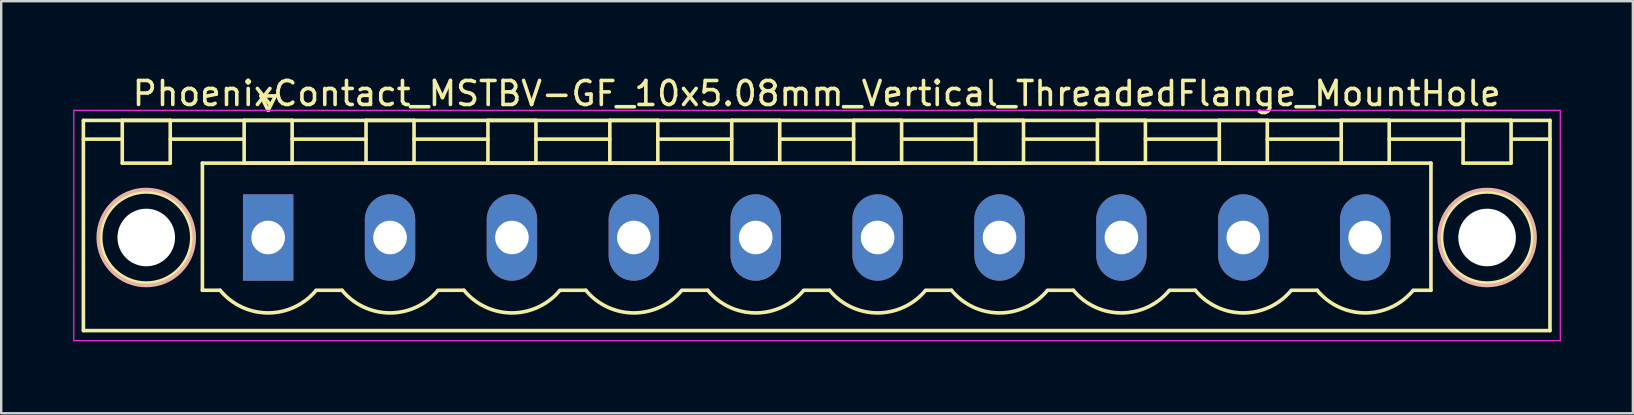
<source format=kicad_pcb>
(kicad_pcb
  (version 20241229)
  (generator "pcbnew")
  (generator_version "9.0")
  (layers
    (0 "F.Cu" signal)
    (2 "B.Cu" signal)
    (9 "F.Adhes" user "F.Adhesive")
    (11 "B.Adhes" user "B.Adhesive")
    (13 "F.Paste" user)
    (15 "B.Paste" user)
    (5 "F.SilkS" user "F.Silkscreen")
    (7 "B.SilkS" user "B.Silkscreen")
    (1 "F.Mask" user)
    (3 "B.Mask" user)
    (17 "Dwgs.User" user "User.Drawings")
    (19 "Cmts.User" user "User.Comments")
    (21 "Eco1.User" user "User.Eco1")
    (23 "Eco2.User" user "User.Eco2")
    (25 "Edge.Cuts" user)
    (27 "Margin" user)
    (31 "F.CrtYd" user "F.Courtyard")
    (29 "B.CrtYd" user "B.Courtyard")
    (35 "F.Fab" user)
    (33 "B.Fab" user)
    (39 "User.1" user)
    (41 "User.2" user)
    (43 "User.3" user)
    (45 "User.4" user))
  (footprint "PhoenixContact_MSTBV-GF_10x5.08mm_Vertical_ThreadedFlange_MountHole"
    (layer "F.Cu")
    (at 8.125 6.848)
    (property "Reference" "PhoenixContact_MSTBV-GF_10x5.08mm_Vertical_ThreadedFlange_MountHole" (at 22.86 -6 0) (layer "F.SilkS") (effects (font (size 1 1) (thickness 0.15))))
    (attr through_hole)
    (fp_line (start -7.7 -4.88) (end -7.7 3.88) (stroke (width 0.15) (type solid)) (layer "F.SilkS"))
    (fp_line (start -7.7 -4.1) (end -6.16 -4.1) (stroke (width 0.15) (type solid)) (layer "F.SilkS"))
    (fp_line (start -7.7 3.88) (end 53.42 3.88) (stroke (width 0.15) (type solid)) (layer "F.SilkS"))
    (fp_line (start -6.08 -4.88) (end -4.08 -4.88) (stroke (width 0.15) (type solid)) (layer "F.SilkS"))
    (fp_line (start -6.08 -3.1) (end -6.08 -4.88) (stroke (width 0.15) (type solid)) (layer "F.SilkS"))
    (fp_line (start -4.08 -4.88) (end -4.08 -3.1) (stroke (width 0.15) (type solid)) (layer "F.SilkS"))
    (fp_line (start -4.08 -4.1) (end -1 -4.1) (stroke (width 0.15) (type solid)) (layer "F.SilkS"))
    (fp_line (start -4.08 -3.1) (end -6.08 -3.1) (stroke (width 0.15) (type solid)) (layer "F.SilkS"))
    (fp_line (start -2.74 -3.1) (end 48.46 -3.1) (stroke (width 0.15) (type solid)) (layer "F.SilkS"))
    (fp_line (start -2.74 2.2) (end -2.74 -3.1) (stroke (width 0.15) (type solid)) (layer "F.SilkS"))
    (fp_line (start -2 2.2) (end -2.74 2.2) (stroke (width 0.15) (type solid)) (layer "F.SilkS"))
    (fp_line (start -1 -4.88) (end 1 -4.88) (stroke (width 0.15) (type solid)) (layer "F.SilkS"))
    (fp_line (start -1 -3.1) (end -1 -4.88) (stroke (width 0.15) (type solid)) (layer "F.SilkS"))
    (fp_line (start -0.3 -5.9) (end 0 -5.3) (stroke (width 0.15) (type solid)) (layer "F.SilkS"))
    (fp_line (start 0 -5.3) (end 0.3 -5.9) (stroke (width 0.15) (type solid)) (layer "F.SilkS"))
    (fp_line (start 0.3 -5.9) (end -0.3 -5.9) (stroke (width 0.15) (type solid)) (layer "F.SilkS"))
    (fp_line (start 1 -4.88) (end 1 -3.1) (stroke (width 0.15) (type solid)) (layer "F.SilkS"))
    (fp_line (start 1 -4.1) (end 4.08 -4.1) (stroke (width 0.15) (type solid)) (layer "F.SilkS"))
    (fp_line (start 1 -3.1) (end -1 -3.1) (stroke (width 0.15) (type solid)) (layer "F.SilkS"))
    (fp_line (start 2 2.2) (end 3.08 2.2) (stroke (width 0.15) (type solid)) (layer "F.SilkS"))
    (fp_line (start 4.08 -4.88) (end 6.08 -4.88) (stroke (width 0.15) (type solid)) (layer "F.SilkS"))
    (fp_line (start 4.08 -3.1) (end 4.08 -4.88) (stroke (width 0.15) (type solid)) (layer "F.SilkS"))
    (fp_line (start 6.08 -4.88) (end 6.08 -3.1) (stroke (width 0.15) (type solid)) (layer "F.SilkS"))
    (fp_line (start 6.08 -4.1) (end 9.16 -4.1) (stroke (width 0.15) (type solid)) (layer "F.SilkS"))
    (fp_line (start 6.08 -3.1) (end 4.08 -3.1) (stroke (width 0.15) (type solid)) (layer "F.SilkS"))
    (fp_line (start 7.08 2.2) (end 8.16 2.2) (stroke (width 0.15) (type solid)) (layer "F.SilkS"))
    (fp_line (start 9.16 -4.88) (end 11.16 -4.88) (stroke (width 0.15) (type solid)) (layer "F.SilkS"))
    (fp_line (start 9.16 -3.1) (end 9.16 -4.88) (stroke (width 0.15) (type solid)) (layer "F.SilkS"))
    (fp_line (start 11.16 -4.88) (end 11.16 -3.1) (stroke (width 0.15) (type solid)) (layer "F.SilkS"))
    (fp_line (start 11.16 -4.1) (end 14.24 -4.1) (stroke (width 0.15) (type solid)) (layer "F.SilkS"))
    (fp_line (start 11.16 -3.1) (end 9.16 -3.1) (stroke (width 0.15) (type solid)) (layer "F.SilkS"))
    (fp_line (start 12.16 2.2) (end 13.24 2.2) (stroke (width 0.15) (type solid)) (layer "F.SilkS"))
    (fp_line (start 14.24 -4.88) (end 16.24 -4.88) (stroke (width 0.15) (type solid)) (layer "F.SilkS"))
    (fp_line (start 14.24 -3.1) (end 14.24 -4.88) (stroke (width 0.15) (type solid)) (layer "F.SilkS"))
    (fp_line (start 16.24 -4.88) (end 16.24 -3.1) (stroke (width 0.15) (type solid)) (layer "F.SilkS"))
    (fp_line (start 16.24 -4.1) (end 19.32 -4.1) (stroke (width 0.15) (type solid)) (layer "F.SilkS"))
    (fp_line (start 16.24 -3.1) (end 14.24 -3.1) (stroke (width 0.15) (type solid)) (layer "F.SilkS"))
    (fp_line (start 17.24 2.2) (end 18.32 2.2) (stroke (width 0.15) (type solid)) (layer "F.SilkS"))
    (fp_line (start 19.32 -4.88) (end 21.32 -4.88) (stroke (width 0.15) (type solid)) (layer "F.SilkS"))
    (fp_line (start 19.32 -3.1) (end 19.32 -4.88) (stroke (width 0.15) (type solid)) (layer "F.SilkS"))
    (fp_line (start 21.32 -4.88) (end 21.32 -3.1) (stroke (width 0.15) (type solid)) (layer "F.SilkS"))
    (fp_line (start 21.32 -4.1) (end 24.4 -4.1) (stroke (width 0.15) (type solid)) (layer "F.SilkS"))
    (fp_line (start 21.32 -3.1) (end 19.32 -3.1) (stroke (width 0.15) (type solid)) (layer "F.SilkS"))
    (fp_line (start 22.32 2.2) (end 23.4 2.2) (stroke (width 0.15) (type solid)) (layer "F.SilkS"))
    (fp_line (start 24.4 -4.88) (end 26.4 -4.88) (stroke (width 0.15) (type solid)) (layer "F.SilkS"))
    (fp_line (start 24.4 -3.1) (end 24.4 -4.88) (stroke (width 0.15) (type solid)) (layer "F.SilkS"))
    (fp_line (start 26.4 -4.88) (end 26.4 -3.1) (stroke (width 0.15) (type solid)) (layer "F.SilkS"))
    (fp_line (start 26.4 -4.1) (end 29.48 -4.1) (stroke (width 0.15) (type solid)) (layer "F.SilkS"))
    (fp_line (start 26.4 -3.1) (end 24.4 -3.1) (stroke (width 0.15) (type solid)) (layer "F.SilkS"))
    (fp_line (start 27.4 2.2) (end 28.48 2.2) (stroke (width 0.15) (type solid)) (layer "F.SilkS"))
    (fp_line (start 29.48 -4.88) (end 31.48 -4.88) (stroke (width 0.15) (type solid)) (layer "F.SilkS"))
    (fp_line (start 29.48 -3.1) (end 29.48 -4.88) (stroke (width 0.15) (type solid)) (layer "F.SilkS"))
    (fp_line (start 31.48 -4.88) (end 31.48 -3.1) (stroke (width 0.15) (type solid)) (layer "F.SilkS"))
    (fp_line (start 31.48 -4.1) (end 34.56 -4.1) (stroke (width 0.15) (type solid)) (layer "F.SilkS"))
    (fp_line (start 31.48 -3.1) (end 29.48 -3.1) (stroke (width 0.15) (type solid)) (layer "F.SilkS"))
    (fp_line (start 32.48 2.2) (end 33.56 2.2) (stroke (width 0.15) (type solid)) (layer "F.SilkS"))
    (fp_line (start 34.56 -4.88) (end 36.56 -4.88) (stroke (width 0.15) (type solid)) (layer "F.SilkS"))
    (fp_line (start 34.56 -3.1) (end 34.56 -4.88) (stroke (width 0.15) (type solid)) (layer "F.SilkS"))
    (fp_line (start 36.56 -4.88) (end 36.56 -3.1) (stroke (width 0.15) (type solid)) (layer "F.SilkS"))
    (fp_line (start 36.56 -4.1) (end 39.64 -4.1) (stroke (width 0.15) (type solid)) (layer "F.SilkS"))
    (fp_line (start 36.56 -3.1) (end 34.56 -3.1) (stroke (width 0.15) (type solid)) (layer "F.SilkS"))
    (fp_line (start 37.56 2.2) (end 38.64 2.2) (stroke (width 0.15) (type solid)) (layer "F.SilkS"))
    (fp_line (start 39.64 -4.88) (end 41.64 -4.88) (stroke (width 0.15) (type solid)) (layer "F.SilkS"))
    (fp_line (start 39.64 -3.1) (end 39.64 -4.88) (stroke (width 0.15) (type solid)) (layer "F.SilkS"))
    (fp_line (start 41.64 -4.88) (end 41.64 -3.1) (stroke (width 0.15) (type solid)) (layer "F.SilkS"))
    (fp_line (start 41.64 -4.1) (end 44.72 -4.1) (stroke (width 0.15) (type solid)) (layer "F.SilkS"))
    (fp_line (start 41.64 -3.1) (end 39.64 -3.1) (stroke (width 0.15) (type solid)) (layer "F.SilkS"))
    (fp_line (start 42.64 2.2) (end 43.72 2.2) (stroke (width 0.15) (type solid)) (layer "F.SilkS"))
    (fp_line (start 44.72 -4.88) (end 46.72 -4.88) (stroke (width 0.15) (type solid)) (layer "F.SilkS"))
    (fp_line (start 44.72 -3.1) (end 44.72 -4.88) (stroke (width 0.15) (type solid)) (layer "F.SilkS"))
    (fp_line (start 46.72 -4.88) (end 46.72 -3.1) (stroke (width 0.15) (type solid)) (layer "F.SilkS"))
    (fp_line (start 46.72 -4.1) (end 49.8 -4.1) (stroke (width 0.15) (type solid)) (layer "F.SilkS"))
    (fp_line (start 46.72 -3.1) (end 44.72 -3.1) (stroke (width 0.15) (type solid)) (layer "F.SilkS"))
    (fp_line (start 48.46 -3.1) (end 48.46 2.2) (stroke (width 0.15) (type solid)) (layer "F.SilkS"))
    (fp_line (start 48.46 2.2) (end 47.72 2.2) (stroke (width 0.15) (type solid)) (layer "F.SilkS"))
    (fp_line (start 49.8 -4.88) (end 51.8 -4.88) (stroke (width 0.15) (type solid)) (layer "F.SilkS"))
    (fp_line (start 49.8 -3.1) (end 49.8 -4.88) (stroke (width 0.15) (type solid)) (layer "F.SilkS"))
    (fp_line (start 51.8 -4.88) (end 51.8 -3.1) (stroke (width 0.15) (type solid)) (layer "F.SilkS"))
    (fp_line (start 51.8 -3.1) (end 49.8 -3.1) (stroke (width 0.15) (type solid)) (layer "F.SilkS"))
    (fp_line (start 53.42 -4.88) (end -7.7 -4.88) (stroke (width 0.15) (type solid)) (layer "F.SilkS"))
    (fp_line (start 53.42 -4.1) (end 51.88 -4.1) (stroke (width 0.15) (type solid)) (layer "F.SilkS"))
    (fp_line (start 53.42 3.88) (end 53.42 -4.88) (stroke (width 0.15) (type solid)) (layer "F.SilkS"))
    (fp_arc (start 1.986842 2.215821) (mid -0.010289 3.142758) (end -2 2.2) (stroke (width 0.15) (type solid)) (layer "F.SilkS"))
    (fp_arc (start 7.066842 2.215821) (mid 5.069711 3.142758) (end 3.08 2.2) (stroke (width 0.15) (type solid)) (layer "F.SilkS"))
    (fp_arc (start 12.146842 2.215821) (mid 10.149711 3.142758) (end 8.16 2.2) (stroke (width 0.15) (type solid)) (layer "F.SilkS"))
    (fp_arc (start 17.226842 2.215821) (mid 15.229711 3.142758) (end 13.24 2.2) (stroke (width 0.15) (type solid)) (layer "F.SilkS"))
    (fp_arc (start 22.306842 2.215821) (mid 20.309711 3.142758) (end 18.32 2.2) (stroke (width 0.15) (type solid)) (layer "F.SilkS"))
    (fp_arc (start 27.386842 2.215821) (mid 25.389711 3.142758) (end 23.4 2.2) (stroke (width 0.15) (type solid)) (layer "F.SilkS"))
    (fp_arc (start 32.466842 2.215821) (mid 30.469711 3.142758) (end 28.48 2.2) (stroke (width 0.15) (type solid)) (layer "F.SilkS"))
    (fp_arc (start 37.546842 2.215821) (mid 35.549711 3.142758) (end 33.56 2.2) (stroke (width 0.15) (type solid)) (layer "F.SilkS"))
    (fp_arc (start 42.626842 2.215821) (mid 40.629711 3.142758) (end 38.64 2.2) (stroke (width 0.15) (type solid)) (layer "F.SilkS"))
    (fp_arc (start 47.706842 2.215821) (mid 45.709711 3.142758) (end 43.72 2.2) (stroke (width 0.15) (type solid)) (layer "F.SilkS"))
    (fp_circle (center -5.08 0) (end -3.18 0) (stroke (width 0.15) (type solid)) (fill no) (layer "F.SilkS"))
    (fp_circle (center 50.8 0) (end 52.7 0) (stroke (width 0.15) (type solid)) (fill no) (layer "F.SilkS"))
    (fp_circle (center -5.08 0) (end -3.08 0) (stroke (width 0.15) (type solid)) (fill no) (layer "B.SilkS"))
    (fp_circle (center 50.8 0) (end 52.8 0) (stroke (width 0.15) (type solid)) (fill no) (layer "B.SilkS"))
    (fp_line (start -8.1 -5.3) (end -8.1 4.3) (stroke (width 0.05) (type solid)) (layer "F.CrtYd"))
    (fp_line (start -8.1 4.3) (end 53.85 4.3) (stroke (width 0.05) (type solid)) (layer "F.CrtYd"))
    (fp_line (start 53.85 -5.3) (end -8.1 -5.3) (stroke (width 0.05) (type solid)) (layer "F.CrtYd"))
    (fp_line (start 53.85 4.3) (end 53.85 -5.3) (stroke (width 0.05) (type solid)) (layer "F.CrtYd"))
    (pad "" np_thru_hole circle (at -5.08 0) (size 2.4 2.4) (drill 2.4) (layers "*.Cu" "*.Mask"))
    (pad "" np_thru_hole circle (at 50.8 0) (size 2.4 2.4) (drill 2.4) (layers "*.Cu" "*.Mask"))
    (pad "1" thru_hole rect (at 0 0) (size 2.1 3.6) (drill 1.4) (layers "*.Cu" "*.Mask"))
    (pad "2" thru_hole oval (at 5.08 0) (size 2.1 3.6) (drill 1.4) (layers "*.Cu" "*.Mask"))
    (pad "3" thru_hole oval (at 10.16 0) (size 2.1 3.6) (drill 1.4) (layers "*.Cu" "*.Mask"))
    (pad "4" thru_hole oval (at 15.24 0) (size 2.1 3.6) (drill 1.4) (layers "*.Cu" "*.Mask"))
    (pad "5" thru_hole oval (at 20.32 0) (size 2.1 3.6) (drill 1.4) (layers "*.Cu" "*.Mask"))
    (pad "6" thru_hole oval (at 25.4 0) (size 2.1 3.6) (drill 1.4) (layers "*.Cu" "*.Mask"))
    (pad "7" thru_hole oval (at 30.48 0) (size 2.1 3.6) (drill 1.4) (layers "*.Cu" "*.Mask"))
    (pad "8" thru_hole oval (at 35.56 0) (size 2.1 3.6) (drill 1.4) (layers "*.Cu" "*.Mask"))
    (pad "9" thru_hole oval (at 40.64 0) (size 2.1 3.6) (drill 1.4) (layers "*.Cu" "*.Mask"))
    (pad "10" thru_hole oval (at 45.72 0) (size 2.1 3.6) (drill 1.4) (layers "*.Cu" "*.Mask")))
  (gr_rect
    (start -3 -3)
    (end 65 14.173)
    (stroke (width 0.1) (type default))
    (fill no)
    (layer "Edge.Cuts")))
</source>
